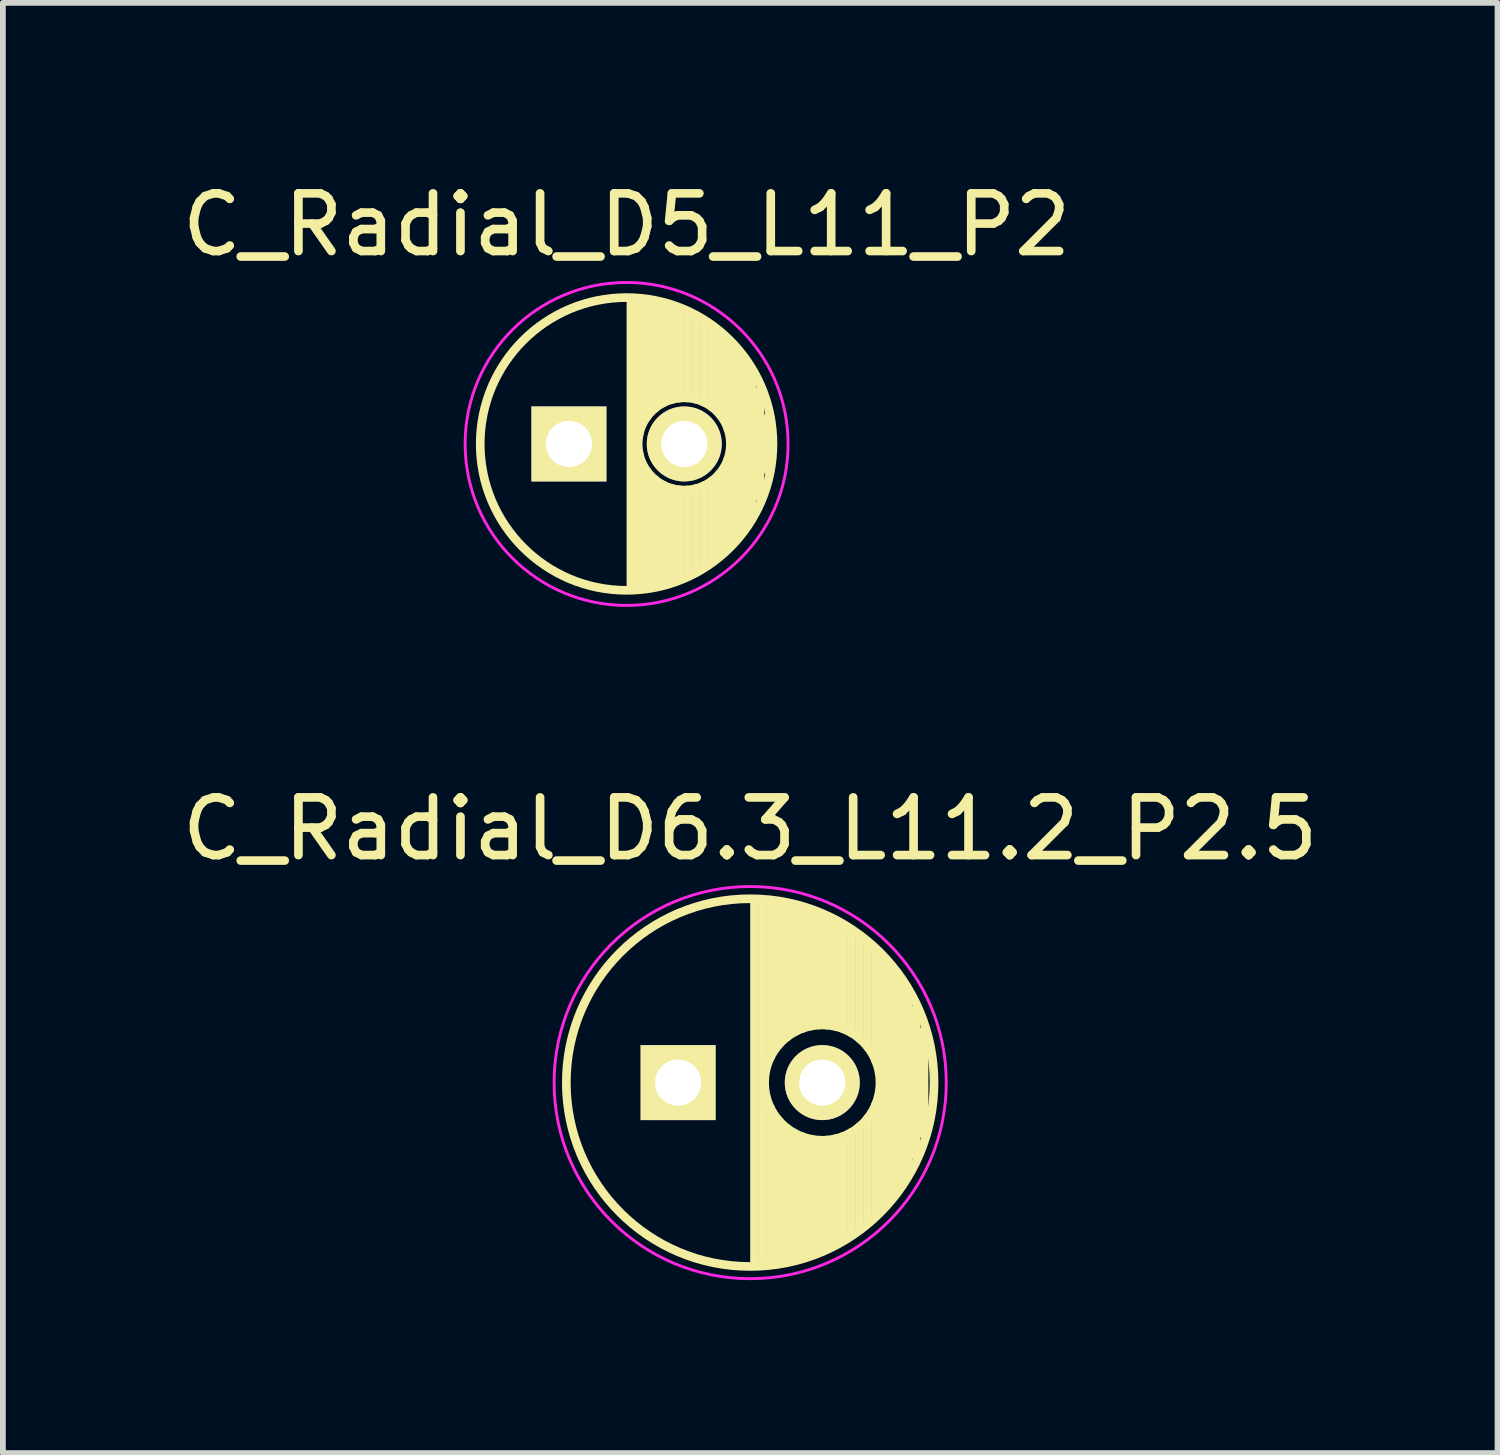
<source format=kicad_pcb>
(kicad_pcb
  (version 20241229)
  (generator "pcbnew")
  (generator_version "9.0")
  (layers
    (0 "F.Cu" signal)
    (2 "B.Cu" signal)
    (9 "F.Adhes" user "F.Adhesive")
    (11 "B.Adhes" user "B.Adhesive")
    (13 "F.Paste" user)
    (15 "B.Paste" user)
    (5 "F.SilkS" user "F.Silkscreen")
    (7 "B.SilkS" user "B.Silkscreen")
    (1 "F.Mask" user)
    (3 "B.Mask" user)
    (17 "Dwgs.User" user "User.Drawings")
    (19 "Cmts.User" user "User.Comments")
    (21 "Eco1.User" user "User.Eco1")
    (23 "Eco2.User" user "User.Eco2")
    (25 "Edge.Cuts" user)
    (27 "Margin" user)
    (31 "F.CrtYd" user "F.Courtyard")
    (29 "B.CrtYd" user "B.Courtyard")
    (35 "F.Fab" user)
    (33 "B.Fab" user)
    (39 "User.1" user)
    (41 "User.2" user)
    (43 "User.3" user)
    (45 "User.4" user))
  (footprint "C_Radial_D5_L11_P2"
    (layer "F.Cu")
    (at 7.815 4.648)
    (property "Reference" "C_Radial_D5_L11_P2" (at 0 -3.8 0) (layer "F.SilkS") (effects (font (size 1 1) (thickness 0.15))))
    (attr through_hole)
    (fp_line (start 0.075 -2.499) (end 0.075 2.499) (stroke (width 0.15) (type solid)) (layer "F.SilkS"))
    (fp_line (start 0.215 -2.491) (end 0.215 -0.154) (stroke (width 0.15) (type solid)) (layer "F.SilkS"))
    (fp_line (start 0.215 0.154) (end 0.215 2.491) (stroke (width 0.15) (type solid)) (layer "F.SilkS"))
    (fp_line (start 0.355 -2.475) (end 0.355 -0.473) (stroke (width 0.15) (type solid)) (layer "F.SilkS"))
    (fp_line (start 0.355 0.473) (end 0.355 2.475) (stroke (width 0.15) (type solid)) (layer "F.SilkS"))
    (fp_line (start 0.495 -2.451) (end 0.495 -0.62) (stroke (width 0.15) (type solid)) (layer "F.SilkS"))
    (fp_line (start 0.495 0.62) (end 0.495 2.451) (stroke (width 0.15) (type solid)) (layer "F.SilkS"))
    (fp_line (start 0.635 -2.418) (end 0.635 -0.712) (stroke (width 0.15) (type solid)) (layer "F.SilkS"))
    (fp_line (start 0.635 0.712) (end 0.635 2.418) (stroke (width 0.15) (type solid)) (layer "F.SilkS"))
    (fp_line (start 0.775 -2.377) (end 0.775 -0.768) (stroke (width 0.15) (type solid)) (layer "F.SilkS"))
    (fp_line (start 0.775 0.768) (end 0.775 2.377) (stroke (width 0.15) (type solid)) (layer "F.SilkS"))
    (fp_line (start 0.915 -2.327) (end 0.915 -0.795) (stroke (width 0.15) (type solid)) (layer "F.SilkS"))
    (fp_line (start 0.915 0.795) (end 0.915 2.327) (stroke (width 0.15) (type solid)) (layer "F.SilkS"))
    (fp_line (start 1.055 -2.266) (end 1.055 -0.798) (stroke (width 0.15) (type solid)) (layer "F.SilkS"))
    (fp_line (start 1.055 0.798) (end 1.055 2.266) (stroke (width 0.15) (type solid)) (layer "F.SilkS"))
    (fp_line (start 1.195 -2.196) (end 1.195 -0.776) (stroke (width 0.15) (type solid)) (layer "F.SilkS"))
    (fp_line (start 1.195 0.776) (end 1.195 2.196) (stroke (width 0.15) (type solid)) (layer "F.SilkS"))
    (fp_line (start 1.335 -2.114) (end 1.335 -0.726) (stroke (width 0.15) (type solid)) (layer "F.SilkS"))
    (fp_line (start 1.335 0.726) (end 1.335 2.114) (stroke (width 0.15) (type solid)) (layer "F.SilkS"))
    (fp_line (start 1.475 -2.019) (end 1.475 -0.644) (stroke (width 0.15) (type solid)) (layer "F.SilkS"))
    (fp_line (start 1.475 0.644) (end 1.475 2.019) (stroke (width 0.15) (type solid)) (layer "F.SilkS"))
    (fp_line (start 1.615 -1.908) (end 1.615 -0.512) (stroke (width 0.15) (type solid)) (layer "F.SilkS"))
    (fp_line (start 1.615 0.512) (end 1.615 1.908) (stroke (width 0.15) (type solid)) (layer "F.SilkS"))
    (fp_line (start 1.755 -1.78) (end 1.755 -0.265) (stroke (width 0.15) (type solid)) (layer "F.SilkS"))
    (fp_line (start 1.755 0.265) (end 1.755 1.78) (stroke (width 0.15) (type solid)) (layer "F.SilkS"))
    (fp_line (start 1.895 -1.631) (end 1.895 1.631) (stroke (width 0.15) (type solid)) (layer "F.SilkS"))
    (fp_line (start 2.035 -1.452) (end 2.035 1.452) (stroke (width 0.15) (type solid)) (layer "F.SilkS"))
    (fp_line (start 2.175 -1.233) (end 2.175 1.233) (stroke (width 0.15) (type solid)) (layer "F.SilkS"))
    (fp_line (start 2.315 -0.944) (end 2.315 0.944) (stroke (width 0.15) (type solid)) (layer "F.SilkS"))
    (fp_line (start 2.455 -0.472) (end 2.455 0.472) (stroke (width 0.15) (type solid)) (layer "F.SilkS"))
    (fp_circle (center 0 0) (end 0 -2.538) (stroke (width 0.15) (type solid)) (fill no) (layer "F.SilkS"))
    (fp_circle (center 1 0) (end 1 -0.8) (stroke (width 0.15) (type solid)) (fill no) (layer "F.SilkS"))
    (fp_circle (center 0 0) (end 0 -2.8) (stroke (width 0.05) (type solid)) (fill no) (layer "F.CrtYd"))
    (pad "1" thru_hole rect (at -1 0) (size 1.3 1.3) (drill 0.8) (layers "*.Cu" "*.Mask" "F.SilkS"))
    (pad "2" thru_hole circle (at 1 0) (size 1.3 1.3) (drill 0.8) (layers "*.Cu" "*.Mask" "F.SilkS")))
  (footprint "C_Radial_D6.3_L11.2_P2.5"
    (layer "F.Cu")
    (at 9.958 15.722)
    (property "Reference" "C_Radial_D6.3_L11.2_P2.5" (at 0 -4.4 0) (layer "F.SilkS") (effects (font (size 1 1) (thickness 0.15))))
    (attr through_hole)
    (fp_line (start 0.075 -3.149) (end 0.075 3.149) (stroke (width 0.15) (type solid)) (layer "F.SilkS"))
    (fp_line (start 0.215 -3.143) (end 0.215 3.143) (stroke (width 0.15) (type solid)) (layer "F.SilkS"))
    (fp_line (start 0.355 -3.13) (end 0.355 -0.446) (stroke (width 0.15) (type solid)) (layer "F.SilkS"))
    (fp_line (start 0.355 0.446) (end 0.355 3.13) (stroke (width 0.15) (type solid)) (layer "F.SilkS"))
    (fp_line (start 0.495 -3.111) (end 0.495 -0.656) (stroke (width 0.15) (type solid)) (layer "F.SilkS"))
    (fp_line (start 0.495 0.656) (end 0.495 3.111) (stroke (width 0.15) (type solid)) (layer "F.SilkS"))
    (fp_line (start 0.635 -3.085) (end 0.635 -0.789) (stroke (width 0.15) (type solid)) (layer "F.SilkS"))
    (fp_line (start 0.635 0.789) (end 0.635 3.085) (stroke (width 0.15) (type solid)) (layer "F.SilkS"))
    (fp_line (start 0.775 -3.053) (end 0.775 -0.88) (stroke (width 0.15) (type solid)) (layer "F.SilkS"))
    (fp_line (start 0.775 0.88) (end 0.775 3.053) (stroke (width 0.15) (type solid)) (layer "F.SilkS"))
    (fp_line (start 0.915 -3.014) (end 0.915 -0.942) (stroke (width 0.15) (type solid)) (layer "F.SilkS"))
    (fp_line (start 0.915 0.942) (end 0.915 3.014) (stroke (width 0.15) (type solid)) (layer "F.SilkS"))
    (fp_line (start 1.055 -2.968) (end 1.055 -0.981) (stroke (width 0.15) (type solid)) (layer "F.SilkS"))
    (fp_line (start 1.055 0.981) (end 1.055 2.968) (stroke (width 0.15) (type solid)) (layer "F.SilkS"))
    (fp_line (start 1.195 -2.915) (end 1.195 -0.998) (stroke (width 0.15) (type solid)) (layer "F.SilkS"))
    (fp_line (start 1.195 0.998) (end 1.195 2.915) (stroke (width 0.15) (type solid)) (layer "F.SilkS"))
    (fp_line (start 1.335 -2.853) (end 1.335 -0.996) (stroke (width 0.15) (type solid)) (layer "F.SilkS"))
    (fp_line (start 1.335 0.996) (end 1.335 2.853) (stroke (width 0.15) (type solid)) (layer "F.SilkS"))
    (fp_line (start 1.475 -2.783) (end 1.475 -0.974) (stroke (width 0.15) (type solid)) (layer "F.SilkS"))
    (fp_line (start 1.475 0.974) (end 1.475 2.783) (stroke (width 0.15) (type solid)) (layer "F.SilkS"))
    (fp_line (start 1.615 -2.704) (end 1.615 -0.931) (stroke (width 0.15) (type solid)) (layer "F.SilkS"))
    (fp_line (start 1.615 0.931) (end 1.615 2.704) (stroke (width 0.15) (type solid)) (layer "F.SilkS"))
    (fp_line (start 1.755 -2.616) (end 1.755 -0.863) (stroke (width 0.15) (type solid)) (layer "F.SilkS"))
    (fp_line (start 1.755 0.863) (end 1.755 2.616) (stroke (width 0.15) (type solid)) (layer "F.SilkS"))
    (fp_line (start 1.895 -2.516) (end 1.895 -0.764) (stroke (width 0.15) (type solid)) (layer "F.SilkS"))
    (fp_line (start 1.895 0.764) (end 1.895 2.516) (stroke (width 0.15) (type solid)) (layer "F.SilkS"))
    (fp_line (start 2.035 -2.404) (end 2.035 -0.619) (stroke (width 0.15) (type solid)) (layer "F.SilkS"))
    (fp_line (start 2.035 0.619) (end 2.035 2.404) (stroke (width 0.15) (type solid)) (layer "F.SilkS"))
    (fp_line (start 2.175 -2.279) (end 2.175 -0.38) (stroke (width 0.15) (type solid)) (layer "F.SilkS"))
    (fp_line (start 2.175 0.38) (end 2.175 2.279) (stroke (width 0.15) (type solid)) (layer "F.SilkS"))
    (fp_line (start 2.315 -2.136) (end 2.315 2.136) (stroke (width 0.15) (type solid)) (layer "F.SilkS"))
    (fp_line (start 2.455 -1.974) (end 2.455 1.974) (stroke (width 0.15) (type solid)) (layer "F.SilkS"))
    (fp_line (start 2.595 -1.786) (end 2.595 1.786) (stroke (width 0.15) (type solid)) (layer "F.SilkS"))
    (fp_line (start 2.735 -1.563) (end 2.735 1.563) (stroke (width 0.15) (type solid)) (layer "F.SilkS"))
    (fp_line (start 2.875 -1.287) (end 2.875 1.287) (stroke (width 0.15) (type solid)) (layer "F.SilkS"))
    (fp_line (start 3.015 -0.912) (end 3.015 0.912) (stroke (width 0.15) (type solid)) (layer "F.SilkS"))
    (fp_circle (center 0 0) (end 0 -3.188) (stroke (width 0.15) (type solid)) (fill no) (layer "F.SilkS"))
    (fp_circle (center 1.25 0) (end 1.25 -1) (stroke (width 0.15) (type solid)) (fill no) (layer "F.SilkS"))
    (fp_circle (center 0 0) (end 0 -3.4) (stroke (width 0.05) (type solid)) (fill no) (layer "F.CrtYd"))
    (pad "1" thru_hole rect (at -1.25 0) (size 1.3 1.3) (drill 0.8) (layers "*.Cu" "*.Mask" "F.SilkS"))
    (pad "2" thru_hole circle (at 1.25 0) (size 1.3 1.3) (drill 0.8) (layers "*.Cu" "*.Mask" "F.SilkS")))
  (gr_rect
    (start -3 -3)
    (end 22.917 22.146)
    (stroke (width 0.1) (type default))
    (fill no)
    (layer "Edge.Cuts")))
</source>
